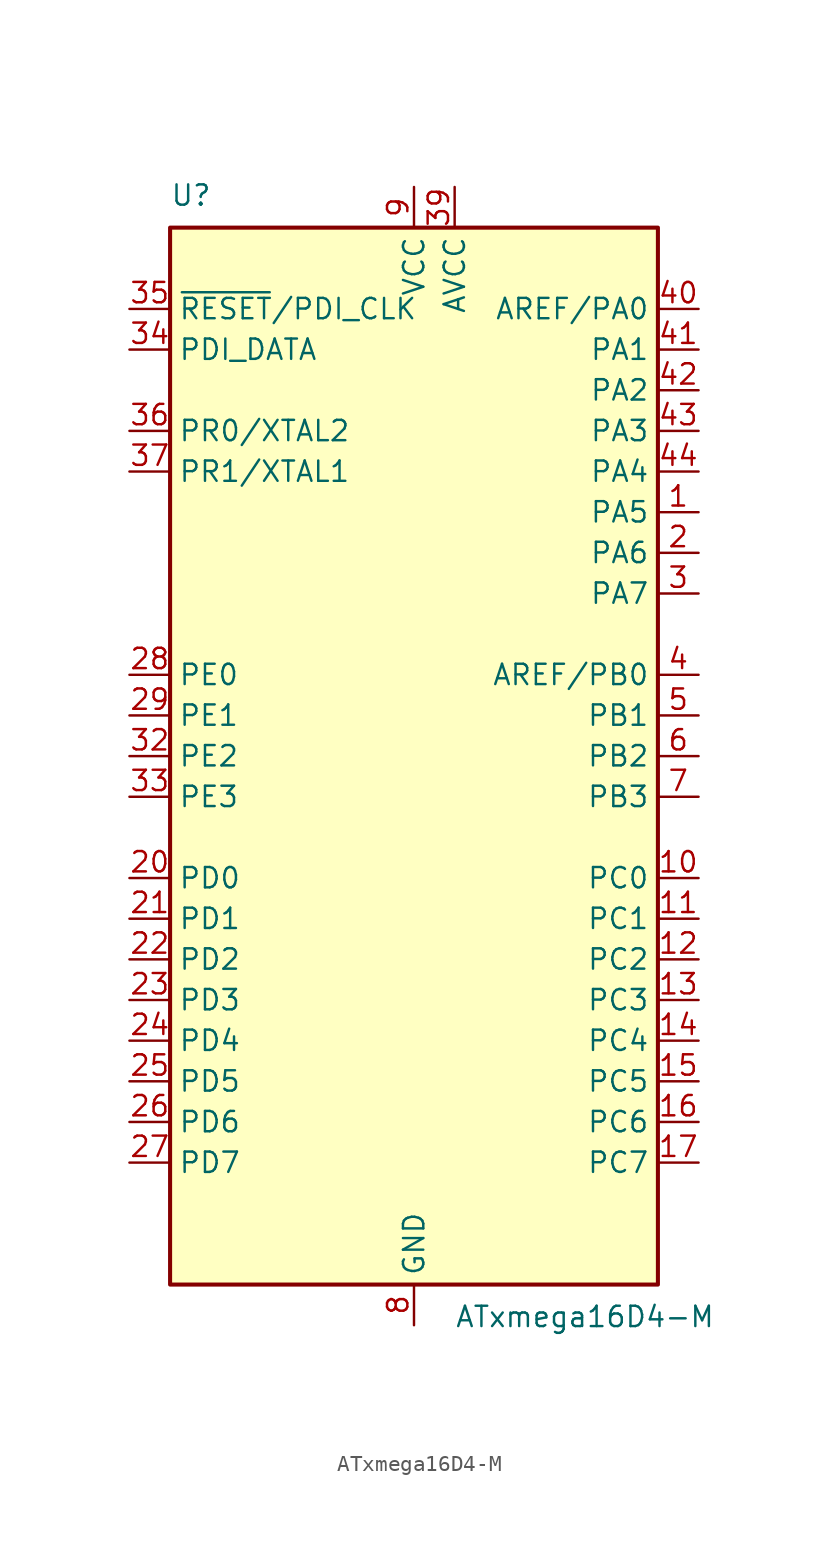
<source format=kicad_sym>
(kicad_symbol_lib
  (version 20201005)
  (generator kicad_symbol_editor)
  (symbol "MCU_Microchip_ATmega:ATxmega16D4-M"
    (property "Reference" "U"
      (at -15.24 34.29 0)
      (effects (font (size 1.27 1.27)) (justify left bottom)))
    (property "Value" "ATxmega16D4-M"
      (at 2.54 -34.29 0)
      (effects (font (size 1.27 1.27)) (justify left top)))
    (symbol "ATxmega16D4-M_0_1"
      (rectangle (start -15.24 -33.02) (end 15.24 33.02) (stroke (width 0.254)) (fill (type background))))
    (symbol "ATxmega16D4-M_1_1"
      (pin bidirectional line (at 17.78 15.24 180) (length 2.54) (name "PA5" (effects (font (size 1.27 1.27)))) (number "1" (effects (font (size 1.27 1.27)))))
      (pin bidirectional line (at 17.78 -7.62 180) (length 2.54) (name "PC0" (effects (font (size 1.27 1.27)))) (number "10" (effects (font (size 1.27 1.27)))))
      (pin bidirectional line (at 17.78 -10.16 180) (length 2.54) (name "PC1" (effects (font (size 1.27 1.27)))) (number "11" (effects (font (size 1.27 1.27)))))
      (pin bidirectional line (at 17.78 -12.7 180) (length 2.54) (name "PC2" (effects (font (size 1.27 1.27)))) (number "12" (effects (font (size 1.27 1.27)))))
      (pin bidirectional line (at 17.78 -15.24 180) (length 2.54) (name "PC3" (effects (font (size 1.27 1.27)))) (number "13" (effects (font (size 1.27 1.27)))))
      (pin bidirectional line (at 17.78 -17.78 180) (length 2.54) (name "PC4" (effects (font (size 1.27 1.27)))) (number "14" (effects (font (size 1.27 1.27)))))
      (pin bidirectional line (at 17.78 -20.32 180) (length 2.54) (name "PC5" (effects (font (size 1.27 1.27)))) (number "15" (effects (font (size 1.27 1.27)))))
      (pin bidirectional line (at 17.78 -22.86 180) (length 2.54) (name "PC6" (effects (font (size 1.27 1.27)))) (number "16" (effects (font (size 1.27 1.27)))))
      (pin bidirectional line (at 17.78 -25.4 180) (length 2.54) (name "PC7" (effects (font (size 1.27 1.27)))) (number "17" (effects (font (size 1.27 1.27)))))
      (pin passive line (at 0 -35.56 90) (length 2.54) hide (name "GND" (effects (font (size 1.27 1.27)))) (number "18" (effects (font (size 1.27 1.27)))))
      (pin passive line (at 0 35.56 270) (length 2.54) hide (name "VCC" (effects (font (size 1.27 1.27)))) (number "19" (effects (font (size 1.27 1.27)))))
      (pin bidirectional line (at 17.78 12.7 180) (length 2.54) (name "PA6" (effects (font (size 1.27 1.27)))) (number "2" (effects (font (size 1.27 1.27)))))
      (pin bidirectional line (at -17.78 -7.62 0) (length 2.54) (name "PD0" (effects (font (size 1.27 1.27)))) (number "20" (effects (font (size 1.27 1.27)))))
      (pin bidirectional line (at -17.78 -10.16 0) (length 2.54) (name "PD1" (effects (font (size 1.27 1.27)))) (number "21" (effects (font (size 1.27 1.27)))))
      (pin bidirectional line (at -17.78 -12.7 0) (length 2.54) (name "PD2" (effects (font (size 1.27 1.27)))) (number "22" (effects (font (size 1.27 1.27)))))
      (pin bidirectional line (at -17.78 -15.24 0) (length 2.54) (name "PD3" (effects (font (size 1.27 1.27)))) (number "23" (effects (font (size 1.27 1.27)))))
      (pin bidirectional line (at -17.78 -17.78 0) (length 2.54) (name "PD4" (effects (font (size 1.27 1.27)))) (number "24" (effects (font (size 1.27 1.27)))))
      (pin bidirectional line (at -17.78 -20.32 0) (length 2.54) (name "PD5" (effects (font (size 1.27 1.27)))) (number "25" (effects (font (size 1.27 1.27)))))
      (pin bidirectional line (at -17.78 -22.86 0) (length 2.54) (name "PD6" (effects (font (size 1.27 1.27)))) (number "26" (effects (font (size 1.27 1.27)))))
      (pin bidirectional line (at -17.78 -25.4 0) (length 2.54) (name "PD7" (effects (font (size 1.27 1.27)))) (number "27" (effects (font (size 1.27 1.27)))))
      (pin bidirectional line (at -17.78 5.08 0) (length 2.54) (name "PE0" (effects (font (size 1.27 1.27)))) (number "28" (effects (font (size 1.27 1.27)))))
      (pin bidirectional line (at -17.78 2.54 0) (length 2.54) (name "PE1" (effects (font (size 1.27 1.27)))) (number "29" (effects (font (size 1.27 1.27)))))
      (pin bidirectional line (at 17.78 10.16 180) (length 2.54) (name "PA7" (effects (font (size 1.27 1.27)))) (number "3" (effects (font (size 1.27 1.27)))))
      (pin passive line (at 0 -35.56 90) (length 2.54) hide (name "GND" (effects (font (size 1.27 1.27)))) (number "30" (effects (font (size 1.27 1.27)))))
      (pin passive line (at 0 35.56 270) (length 2.54) hide (name "VCC" (effects (font (size 1.27 1.27)))) (number "31" (effects (font (size 1.27 1.27)))))
      (pin bidirectional line (at -17.78 0 0) (length 2.54) (name "PE2" (effects (font (size 1.27 1.27)))) (number "32" (effects (font (size 1.27 1.27)))))
      (pin bidirectional line (at -17.78 -2.54 0) (length 2.54) (name "PE3" (effects (font (size 1.27 1.27)))) (number "33" (effects (font (size 1.27 1.27)))))
      (pin bidirectional line (at -17.78 25.4 0) (length 2.54) (name "PDI_DATA" (effects (font (size 1.27 1.27)))) (number "34" (effects (font (size 1.27 1.27)))))
      (pin input line (at -17.78 27.94 0) (length 2.54) (name "~RESET~/PDI_CLK" (effects (font (size 1.27 1.27)))) (number "35" (effects (font (size 1.27 1.27)))))
      (pin bidirectional line (at -17.78 20.32 0) (length 2.54) (name "PR0/XTAL2" (effects (font (size 1.27 1.27)))) (number "36" (effects (font (size 1.27 1.27)))))
      (pin bidirectional line (at -17.78 17.78 0) (length 2.54) (name "PR1/XTAL1" (effects (font (size 1.27 1.27)))) (number "37" (effects (font (size 1.27 1.27)))))
      (pin passive line (at 0 -35.56 90) (length 2.54) hide (name "GND" (effects (font (size 1.27 1.27)))) (number "38" (effects (font (size 1.27 1.27)))))
      (pin power_in line (at 2.54 35.56 270) (length 2.54) (name "AVCC" (effects (font (size 1.27 1.27)))) (number "39" (effects (font (size 1.27 1.27)))))
      (pin bidirectional line (at 17.78 5.08 180) (length 2.54) (name "AREF/PB0" (effects (font (size 1.27 1.27)))) (number "4" (effects (font (size 1.27 1.27)))))
      (pin bidirectional line (at 17.78 27.94 180) (length 2.54) (name "AREF/PA0" (effects (font (size 1.27 1.27)))) (number "40" (effects (font (size 1.27 1.27)))))
      (pin bidirectional line (at 17.78 25.4 180) (length 2.54) (name "PA1" (effects (font (size 1.27 1.27)))) (number "41" (effects (font (size 1.27 1.27)))))
      (pin bidirectional line (at 17.78 22.86 180) (length 2.54) (name "PA2" (effects (font (size 1.27 1.27)))) (number "42" (effects (font (size 1.27 1.27)))))
      (pin bidirectional line (at 17.78 20.32 180) (length 2.54) (name "PA3" (effects (font (size 1.27 1.27)))) (number "43" (effects (font (size 1.27 1.27)))))
      (pin bidirectional line (at 17.78 17.78 180) (length 2.54) (name "PA4" (effects (font (size 1.27 1.27)))) (number "44" (effects (font (size 1.27 1.27)))))
      (pin passive line (at 0 -35.56 90) (length 2.54) hide (name "GND" (effects (font (size 1.27 1.27)))) (number "45" (effects (font (size 1.27 1.27)))))
      (pin bidirectional line (at 17.78 2.54 180) (length 2.54) (name "PB1" (effects (font (size 1.27 1.27)))) (number "5" (effects (font (size 1.27 1.27)))))
      (pin bidirectional line (at 17.78 0 180) (length 2.54) (name "PB2" (effects (font (size 1.27 1.27)))) (number "6" (effects (font (size 1.27 1.27)))))
      (pin bidirectional line (at 17.78 -2.54 180) (length 2.54) (name "PB3" (effects (font (size 1.27 1.27)))) (number "7" (effects (font (size 1.27 1.27)))))
      (pin power_in line (at 0 -35.56 90) (length 2.54) (name "GND" (effects (font (size 1.27 1.27)))) (number "8" (effects (font (size 1.27 1.27)))))
      (pin power_in line (at 0 35.56 270) (length 2.54) (name "VCC" (effects (font (size 1.27 1.27)))) (number "9" (effects (font (size 1.27 1.27))))))))
</source>
